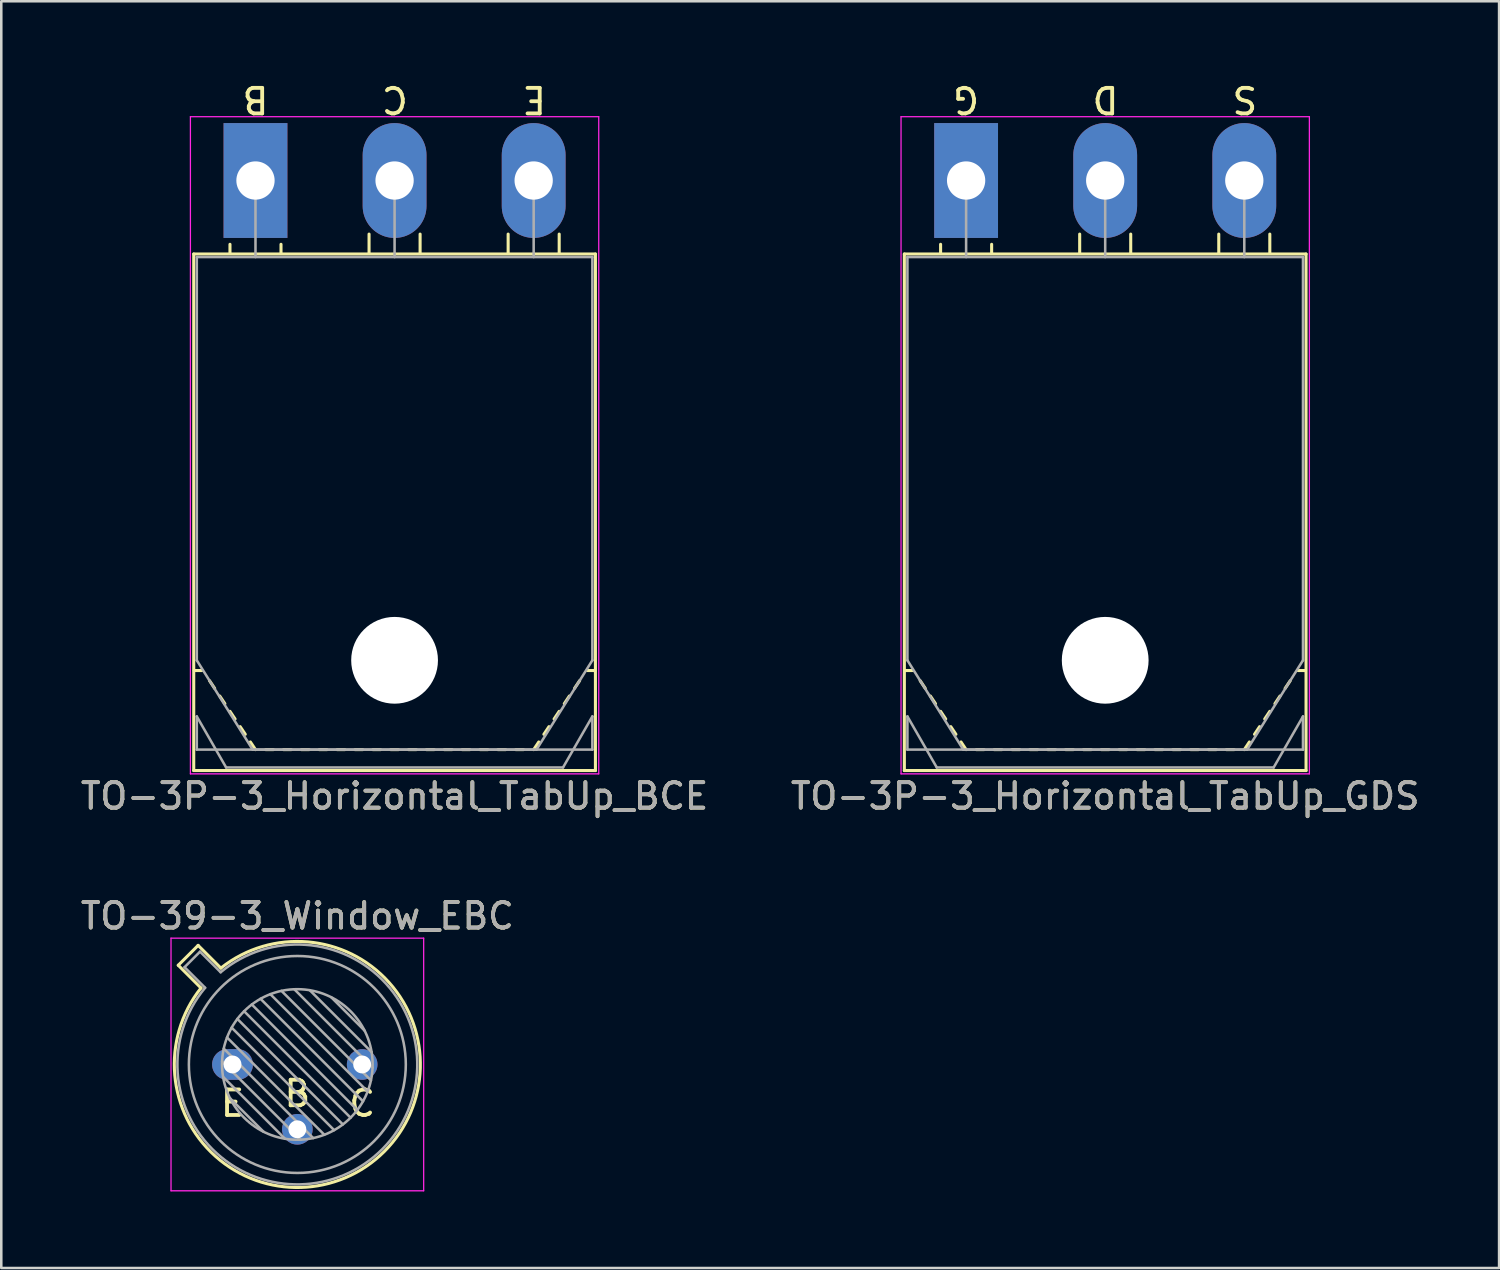
<source format=kicad_pcb>
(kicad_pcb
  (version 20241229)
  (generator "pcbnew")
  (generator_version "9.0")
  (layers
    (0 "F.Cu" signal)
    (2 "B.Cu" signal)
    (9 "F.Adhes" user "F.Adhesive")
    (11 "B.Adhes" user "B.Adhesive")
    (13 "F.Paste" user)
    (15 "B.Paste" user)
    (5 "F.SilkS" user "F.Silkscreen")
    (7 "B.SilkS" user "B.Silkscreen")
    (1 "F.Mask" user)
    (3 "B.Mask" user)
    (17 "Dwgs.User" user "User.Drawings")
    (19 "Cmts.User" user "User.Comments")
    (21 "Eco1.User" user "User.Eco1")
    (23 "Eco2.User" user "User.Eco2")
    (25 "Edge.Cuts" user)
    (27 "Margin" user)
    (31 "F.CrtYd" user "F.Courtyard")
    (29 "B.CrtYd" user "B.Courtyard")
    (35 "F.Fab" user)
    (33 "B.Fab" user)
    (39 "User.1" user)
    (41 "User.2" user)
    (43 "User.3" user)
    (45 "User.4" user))
  (footprint "TO-3P-3_Horizontal_TabUp_GDS"
    (layer "F.Cu")
    (at 34.806 4.023)
    (property "Reference" "TO-3P-3_Horizontal_TabUp_GDS" (at 5.45 24.12 0) (layer "F.SilkS") (effects (font (size 1 1) (thickness 0.15))))
    (fp_line (start -2.42 23.12) (end -2.42 2.88) (stroke (width 0.12) (type solid)) (layer "F.SilkS"))
    (fp_line (start -2.1 19.2) (end -2.4 19.2) (stroke (width 0.12) (type solid)) (layer "F.SilkS"))
    (fp_line (start -1.8 19.6) (end -1.6 19.9) (stroke (width 0.12) (type solid)) (layer "F.SilkS"))
    (fp_line (start -1.4 20.2) (end -1.2 20.5) (stroke (width 0.12) (type solid)) (layer "F.SilkS"))
    (fp_line (start -1 2.85) (end -1 2.5) (stroke (width 0.12) (type solid)) (layer "F.SilkS"))
    (fp_line (start -1 20.8) (end -0.8 21.1) (stroke (width 0.12) (type solid)) (layer "F.SilkS"))
    (fp_line (start -0.6 21.4) (end -0.4 21.7) (stroke (width 0.12) (type solid)) (layer "F.SilkS"))
    (fp_line (start -0.2 22) (end 0 22.3) (stroke (width 0.12) (type solid)) (layer "F.SilkS"))
    (fp_line (start 0.7 22.3) (end 0.4 22.3) (stroke (width 0.12) (type solid)) (layer "F.SilkS"))
    (fp_line (start 1 2.85) (end 1 2.5) (stroke (width 0.12) (type solid)) (layer "F.SilkS"))
    (fp_line (start 1.4 22.3) (end 1.1 22.3) (stroke (width 0.12) (type solid)) (layer "F.SilkS"))
    (fp_line (start 2.1 22.3) (end 1.8 22.3) (stroke (width 0.12) (type solid)) (layer "F.SilkS"))
    (fp_line (start 2.8 22.3) (end 2.5 22.3) (stroke (width 0.12) (type solid)) (layer "F.SilkS"))
    (fp_line (start 3.5 22.3) (end 3.2 22.3) (stroke (width 0.12) (type solid)) (layer "F.SilkS"))
    (fp_line (start 4.2 22.3) (end 3.9 22.3) (stroke (width 0.12) (type solid)) (layer "F.SilkS"))
    (fp_line (start 4.45 2.85) (end 4.45 2.1) (stroke (width 0.12) (type solid)) (layer "F.SilkS"))
    (fp_line (start 4.9 22.3) (end 4.6 22.3) (stroke (width 0.12) (type solid)) (layer "F.SilkS"))
    (fp_line (start 5.6 22.3) (end 5.3 22.3) (stroke (width 0.12) (type solid)) (layer "F.SilkS"))
    (fp_line (start 6.3 22.3) (end 6 22.3) (stroke (width 0.12) (type solid)) (layer "F.SilkS"))
    (fp_line (start 6.45 2.85) (end 6.45 2.1) (stroke (width 0.12) (type solid)) (layer "F.SilkS"))
    (fp_line (start 7 22.3) (end 6.7 22.3) (stroke (width 0.12) (type solid)) (layer "F.SilkS"))
    (fp_line (start 7.7 22.3) (end 7.4 22.3) (stroke (width 0.12) (type solid)) (layer "F.SilkS"))
    (fp_line (start 8.4 22.3) (end 8.1 22.3) (stroke (width 0.12) (type solid)) (layer "F.SilkS"))
    (fp_line (start 9.1 22.3) (end 8.8 22.3) (stroke (width 0.12) (type solid)) (layer "F.SilkS"))
    (fp_line (start 9.8 22.3) (end 9.5 22.3) (stroke (width 0.12) (type solid)) (layer "F.SilkS"))
    (fp_line (start 9.9 2.85) (end 9.9 2.1) (stroke (width 0.12) (type solid)) (layer "F.SilkS"))
    (fp_line (start 10.5 22.3) (end 10.2 22.3) (stroke (width 0.12) (type solid)) (layer "F.SilkS"))
    (fp_line (start 11.1 22) (end 10.9 22.3) (stroke (width 0.12) (type solid)) (layer "F.SilkS"))
    (fp_line (start 11.5 21.4) (end 11.3 21.7) (stroke (width 0.12) (type solid)) (layer "F.SilkS"))
    (fp_line (start 11.9 2.85) (end 11.9 2.1) (stroke (width 0.12) (type solid)) (layer "F.SilkS"))
    (fp_line (start 11.9 20.8) (end 11.7 21.1) (stroke (width 0.12) (type solid)) (layer "F.SilkS"))
    (fp_line (start 12.3 20.2) (end 12.1 20.5) (stroke (width 0.12) (type solid)) (layer "F.SilkS"))
    (fp_line (start 12.7 19.6) (end 12.5 19.9) (stroke (width 0.12) (type solid)) (layer "F.SilkS"))
    (fp_line (start 13 19.2) (end 13.3 19.2) (stroke (width 0.12) (type solid)) (layer "F.SilkS"))
    (fp_line (start 13.32 2.88) (end -2.42 2.88) (stroke (width 0.12) (type solid)) (layer "F.SilkS"))
    (fp_line (start 13.32 23.12) (end -2.42 23.12) (stroke (width 0.12) (type solid)) (layer "F.SilkS"))
    (fp_line (start 13.32 23.12) (end 13.32 2.88) (stroke (width 0.12) (type solid)) (layer "F.SilkS"))
    (fp_line (start -2.55 -2.5) (end -2.55 23.25) (stroke (width 0.05) (type solid)) (layer "F.CrtYd"))
    (fp_line (start -2.55 23.25) (end 13.45 23.25) (stroke (width 0.05) (type solid)) (layer "F.CrtYd"))
    (fp_line (start 13.45 -2.5) (end -2.55 -2.5) (stroke (width 0.05) (type solid)) (layer "F.CrtYd"))
    (fp_line (start 13.45 23.25) (end 13.45 -2.5) (stroke (width 0.05) (type solid)) (layer "F.CrtYd"))
    (fp_line (start -2.3 3) (end -2.3 18.8) (stroke (width 0.1) (type solid)) (layer "F.Fab"))
    (fp_line (start -2.3 18.8) (end -0.11 22.3) (stroke (width 0.1) (type solid)) (layer "F.Fab"))
    (fp_line (start -2.3 21) (end -1.15 23) (stroke (width 0.1) (type solid)) (layer "F.Fab"))
    (fp_line (start -2.3 22.3) (end -2.3 21) (stroke (width 0.1) (type solid)) (layer "F.Fab"))
    (fp_line (start -1.15 23) (end 12.05 23) (stroke (width 0.1) (type solid)) (layer "F.Fab"))
    (fp_line (start -0.11 22.3) (end 11.01 22.3) (stroke (width 0.1) (type solid)) (layer "F.Fab"))
    (fp_line (start 0 3) (end 0 0) (stroke (width 0.1) (type solid)) (layer "F.Fab"))
    (fp_line (start 5.45 3) (end 5.45 0) (stroke (width 0.1) (type solid)) (layer "F.Fab"))
    (fp_line (start 10.9 3) (end 10.9 0) (stroke (width 0.1) (type solid)) (layer "F.Fab"))
    (fp_line (start 11.01 22.3) (end 13.2 18.8) (stroke (width 0.1) (type solid)) (layer "F.Fab"))
    (fp_line (start 12.05 23) (end 13.2 21) (stroke (width 0.1) (type solid)) (layer "F.Fab"))
    (fp_line (start 13.2 3) (end -2.3 3) (stroke (width 0.1) (type solid)) (layer "F.Fab"))
    (fp_line (start 13.2 18.8) (end 13.2 3) (stroke (width 0.1) (type solid)) (layer "F.Fab"))
    (fp_line (start 13.2 21) (end 13.2 22.3) (stroke (width 0.1) (type solid)) (layer "F.Fab"))
    (fp_line (start 13.2 22.3) (end -2.3 22.3) (stroke (width 0.1) (type solid)) (layer "F.Fab"))
    (fp_circle (center 5.45 18.8) (end 7.05 18.8) (stroke (width 0.1) (type solid)) (fill no) (layer "F.Fab"))
    (fp_text user "D" (at 5.461 -3.175 180) (unlocked yes) (layer "F.SilkS") (effects (font (size 1 1) (thickness 0.15))))
    (fp_text user "S" (at 10.922 -3.175 180) (unlocked yes) (layer "F.SilkS") (effects (font (size 1 1) (thickness 0.15))))
    (fp_text user "G" (at 0 -3.175 180) (unlocked yes) (layer "F.SilkS") (effects (font (size 1 1) (thickness 0.15))))
    (fp_text user "${REFERENCE}" (at 5.45 24.12 0) (layer "F.Fab") (effects (font (size 1 1) (thickness 0.15))))
    (pad "" np_thru_hole oval (at 5.45 18.8) (size 3.4 3.4) (drill 3.4) (layers "*.Cu" "*.Mask"))
    (pad "1" thru_hole rect (at 0 0) (size 2.5 4.5) (drill 1.5) (layers "*.Cu" "*.Mask"))
    (pad "2" thru_hole oval (at 5.45 0) (size 2.5 4.5) (drill 1.5) (layers "*.Cu" "*.Mask"))
    (pad "3" thru_hole oval (at 10.9 0) (size 2.5 4.5) (drill 1.5) (layers "*.Cu" "*.Mask")))
  (footprint "TO-3P-3_Horizontal_TabUp_BCE"
    (layer "F.Cu")
    (at 6.961 4.023)
    (property "Reference" "TO-3P-3_Horizontal_TabUp_BCE" (at 5.45 24.12 0) (layer "F.SilkS") (effects (font (size 1 1) (thickness 0.15))))
    (fp_line (start -2.42 23.12) (end -2.42 2.88) (stroke (width 0.12) (type solid)) (layer "F.SilkS"))
    (fp_line (start -2.1 19.2) (end -2.4 19.2) (stroke (width 0.12) (type solid)) (layer "F.SilkS"))
    (fp_line (start -1.8 19.6) (end -1.6 19.9) (stroke (width 0.12) (type solid)) (layer "F.SilkS"))
    (fp_line (start -1.4 20.2) (end -1.2 20.5) (stroke (width 0.12) (type solid)) (layer "F.SilkS"))
    (fp_line (start -1 2.85) (end -1 2.5) (stroke (width 0.12) (type solid)) (layer "F.SilkS"))
    (fp_line (start -1 20.8) (end -0.8 21.1) (stroke (width 0.12) (type solid)) (layer "F.SilkS"))
    (fp_line (start -0.6 21.4) (end -0.4 21.7) (stroke (width 0.12) (type solid)) (layer "F.SilkS"))
    (fp_line (start -0.2 22) (end 0 22.3) (stroke (width 0.12) (type solid)) (layer "F.SilkS"))
    (fp_line (start 0.7 22.3) (end 0.4 22.3) (stroke (width 0.12) (type solid)) (layer "F.SilkS"))
    (fp_line (start 1 2.85) (end 1 2.5) (stroke (width 0.12) (type solid)) (layer "F.SilkS"))
    (fp_line (start 1.4 22.3) (end 1.1 22.3) (stroke (width 0.12) (type solid)) (layer "F.SilkS"))
    (fp_line (start 2.1 22.3) (end 1.8 22.3) (stroke (width 0.12) (type solid)) (layer "F.SilkS"))
    (fp_line (start 2.8 22.3) (end 2.5 22.3) (stroke (width 0.12) (type solid)) (layer "F.SilkS"))
    (fp_line (start 3.5 22.3) (end 3.2 22.3) (stroke (width 0.12) (type solid)) (layer "F.SilkS"))
    (fp_line (start 4.2 22.3) (end 3.9 22.3) (stroke (width 0.12) (type solid)) (layer "F.SilkS"))
    (fp_line (start 4.45 2.85) (end 4.45 2.1) (stroke (width 0.12) (type solid)) (layer "F.SilkS"))
    (fp_line (start 4.9 22.3) (end 4.6 22.3) (stroke (width 0.12) (type solid)) (layer "F.SilkS"))
    (fp_line (start 5.6 22.3) (end 5.3 22.3) (stroke (width 0.12) (type solid)) (layer "F.SilkS"))
    (fp_line (start 6.3 22.3) (end 6 22.3) (stroke (width 0.12) (type solid)) (layer "F.SilkS"))
    (fp_line (start 6.45 2.85) (end 6.45 2.1) (stroke (width 0.12) (type solid)) (layer "F.SilkS"))
    (fp_line (start 7 22.3) (end 6.7 22.3) (stroke (width 0.12) (type solid)) (layer "F.SilkS"))
    (fp_line (start 7.7 22.3) (end 7.4 22.3) (stroke (width 0.12) (type solid)) (layer "F.SilkS"))
    (fp_line (start 8.4 22.3) (end 8.1 22.3) (stroke (width 0.12) (type solid)) (layer "F.SilkS"))
    (fp_line (start 9.1 22.3) (end 8.8 22.3) (stroke (width 0.12) (type solid)) (layer "F.SilkS"))
    (fp_line (start 9.8 22.3) (end 9.5 22.3) (stroke (width 0.12) (type solid)) (layer "F.SilkS"))
    (fp_line (start 9.9 2.85) (end 9.9 2.1) (stroke (width 0.12) (type solid)) (layer "F.SilkS"))
    (fp_line (start 10.5 22.3) (end 10.2 22.3) (stroke (width 0.12) (type solid)) (layer "F.SilkS"))
    (fp_line (start 11.1 22) (end 10.9 22.3) (stroke (width 0.12) (type solid)) (layer "F.SilkS"))
    (fp_line (start 11.5 21.4) (end 11.3 21.7) (stroke (width 0.12) (type solid)) (layer "F.SilkS"))
    (fp_line (start 11.9 2.85) (end 11.9 2.1) (stroke (width 0.12) (type solid)) (layer "F.SilkS"))
    (fp_line (start 11.9 20.8) (end 11.7 21.1) (stroke (width 0.12) (type solid)) (layer "F.SilkS"))
    (fp_line (start 12.3 20.2) (end 12.1 20.5) (stroke (width 0.12) (type solid)) (layer "F.SilkS"))
    (fp_line (start 12.7 19.6) (end 12.5 19.9) (stroke (width 0.12) (type solid)) (layer "F.SilkS"))
    (fp_line (start 13 19.2) (end 13.3 19.2) (stroke (width 0.12) (type solid)) (layer "F.SilkS"))
    (fp_line (start 13.32 2.88) (end -2.42 2.88) (stroke (width 0.12) (type solid)) (layer "F.SilkS"))
    (fp_line (start 13.32 23.12) (end -2.42 23.12) (stroke (width 0.12) (type solid)) (layer "F.SilkS"))
    (fp_line (start 13.32 23.12) (end 13.32 2.88) (stroke (width 0.12) (type solid)) (layer "F.SilkS"))
    (fp_line (start -2.55 -2.5) (end -2.55 23.25) (stroke (width 0.05) (type solid)) (layer "F.CrtYd"))
    (fp_line (start -2.55 23.25) (end 13.45 23.25) (stroke (width 0.05) (type solid)) (layer "F.CrtYd"))
    (fp_line (start 13.45 -2.5) (end -2.55 -2.5) (stroke (width 0.05) (type solid)) (layer "F.CrtYd"))
    (fp_line (start 13.45 23.25) (end 13.45 -2.5) (stroke (width 0.05) (type solid)) (layer "F.CrtYd"))
    (fp_line (start -2.3 3) (end -2.3 18.8) (stroke (width 0.1) (type solid)) (layer "F.Fab"))
    (fp_line (start -2.3 18.8) (end -0.11 22.3) (stroke (width 0.1) (type solid)) (layer "F.Fab"))
    (fp_line (start -2.3 21) (end -1.15 23) (stroke (width 0.1) (type solid)) (layer "F.Fab"))
    (fp_line (start -2.3 22.3) (end -2.3 21) (stroke (width 0.1) (type solid)) (layer "F.Fab"))
    (fp_line (start -1.15 23) (end 12.05 23) (stroke (width 0.1) (type solid)) (layer "F.Fab"))
    (fp_line (start -0.11 22.3) (end 11.01 22.3) (stroke (width 0.1) (type solid)) (layer "F.Fab"))
    (fp_line (start 0 3) (end 0 0) (stroke (width 0.1) (type solid)) (layer "F.Fab"))
    (fp_line (start 5.45 3) (end 5.45 0) (stroke (width 0.1) (type solid)) (layer "F.Fab"))
    (fp_line (start 10.9 3) (end 10.9 0) (stroke (width 0.1) (type solid)) (layer "F.Fab"))
    (fp_line (start 11.01 22.3) (end 13.2 18.8) (stroke (width 0.1) (type solid)) (layer "F.Fab"))
    (fp_line (start 12.05 23) (end 13.2 21) (stroke (width 0.1) (type solid)) (layer "F.Fab"))
    (fp_line (start 13.2 3) (end -2.3 3) (stroke (width 0.1) (type solid)) (layer "F.Fab"))
    (fp_line (start 13.2 18.8) (end 13.2 3) (stroke (width 0.1) (type solid)) (layer "F.Fab"))
    (fp_line (start 13.2 21) (end 13.2 22.3) (stroke (width 0.1) (type solid)) (layer "F.Fab"))
    (fp_line (start 13.2 22.3) (end -2.3 22.3) (stroke (width 0.1) (type solid)) (layer "F.Fab"))
    (fp_circle (center 5.45 18.8) (end 7.05 18.8) (stroke (width 0.1) (type solid)) (fill no) (layer "F.Fab"))
    (fp_text user "E" (at 10.922 -3.175 180) (unlocked yes) (layer "F.SilkS") (effects (font (size 1 1) (thickness 0.15))))
    (fp_text user "C" (at 5.461 -3.175 180) (unlocked yes) (layer "F.SilkS") (effects (font (size 1 1) (thickness 0.15))))
    (fp_text user "B" (at 0 -3.175 180) (unlocked yes) (layer "F.SilkS") (effects (font (size 1 1) (thickness 0.15))))
    (fp_text user "${REFERENCE}" (at 5.45 24.12 0) (layer "F.Fab") (effects (font (size 1 1) (thickness 0.15))))
    (pad "" np_thru_hole oval (at 5.45 18.8) (size 3.4 3.4) (drill 3.4) (layers "*.Cu" "*.Mask"))
    (pad "1" thru_hole rect (at 0 0) (size 2.5 4.5) (drill 1.5) (layers "*.Cu" "*.Mask"))
    (pad "2" thru_hole oval (at 5.45 0) (size 2.5 4.5) (drill 1.5) (layers "*.Cu" "*.Mask"))
    (pad "3" thru_hole oval (at 10.9 0) (size 2.5 4.5) (drill 1.5) (layers "*.Cu" "*.Mask")))
  (footprint "TO-39-3_Window_EBC"
    (layer "F.Cu")
    (at 6.061 38.66)
    (property "Reference" "TO-39-3_Window_EBC" (at 2.54 -5.82 0) (layer "F.SilkS") (effects (font (size 1 1) (thickness 0.15))))
    (fp_line (start -2.126 -3.888) (end -1.235 -2.997) (stroke (width 0.12) (type solid)) (layer "F.SilkS"))
    (fp_line (start -1.348 -4.666) (end -2.126 -3.888) (stroke (width 0.12) (type solid)) (layer "F.SilkS"))
    (fp_line (start -0.457 -3.775) (end -1.348 -4.666) (stroke (width 0.12) (type solid)) (layer "F.SilkS"))
    (fp_arc (start -0.457084 -3.774902) (mid 5.948125 3.408384) (end -1.234674 -2.997371) (stroke (width 0.12) (type solid)) (layer "F.SilkS"))
    (fp_line (start -2.41 -4.95) (end -2.41 4.95) (stroke (width 0.05) (type solid)) (layer "F.CrtYd"))
    (fp_line (start -2.41 4.95) (end 7.49 4.95) (stroke (width 0.05) (type solid)) (layer "F.CrtYd"))
    (fp_line (start 7.49 -4.95) (end -2.41 -4.95) (stroke (width 0.05) (type solid)) (layer "F.CrtYd"))
    (fp_line (start 7.49 4.95) (end 7.49 -4.95) (stroke (width 0.05) (type solid)) (layer "F.CrtYd"))
    (fp_line (start -1.88 -3.812) (end -1.074 -3.005) (stroke (width 0.1) (type solid)) (layer "F.Fab"))
    (fp_line (start -1.272 -4.42) (end -1.88 -3.812) (stroke (width 0.1) (type solid)) (layer "F.Fab"))
    (fp_line (start -0.465 -3.614) (end -1.272 -4.42) (stroke (width 0.1) (type solid)) (layer "F.Fab"))
    (fp_line (start -0.408 -0.12) (end 2.66 2.948) (stroke (width 0.1) (type solid)) (layer "F.Fab"))
    (fp_line (start -0.371 0.485) (end 2.055 2.911) (stroke (width 0.1) (type solid)) (layer "F.Fab"))
    (fp_line (start -0.344 -0.622) (end 3.162 2.884) (stroke (width 0.1) (type solid)) (layer "F.Fab"))
    (fp_line (start -0.215 -1.058) (end 3.598 2.755) (stroke (width 0.1) (type solid)) (layer "F.Fab"))
    (fp_line (start -0.097 1.324) (end 1.216 2.637) (stroke (width 0.1) (type solid)) (layer "F.Fab"))
    (fp_line (start -0.034 -1.443) (end 3.983 2.574) (stroke (width 0.1) (type solid)) (layer "F.Fab"))
    (fp_line (start 0.19 -1.784) (end 4.324 2.35) (stroke (width 0.1) (type solid)) (layer "F.Fab"))
    (fp_line (start 0.454 -2.086) (end 4.626 2.086) (stroke (width 0.1) (type solid)) (layer "F.Fab"))
    (fp_line (start 0.756 -2.35) (end 4.89 1.784) (stroke (width 0.1) (type solid)) (layer "F.Fab"))
    (fp_line (start 1.097 -2.574) (end 5.114 1.443) (stroke (width 0.1) (type solid)) (layer "F.Fab"))
    (fp_line (start 1.482 -2.755) (end 5.295 1.058) (stroke (width 0.1) (type solid)) (layer "F.Fab"))
    (fp_line (start 1.918 -2.884) (end 5.424 0.622) (stroke (width 0.1) (type solid)) (layer "F.Fab"))
    (fp_line (start 2.42 -2.948) (end 5.488 0.12) (stroke (width 0.1) (type solid)) (layer "F.Fab"))
    (fp_line (start 3.025 -2.911) (end 5.451 -0.485) (stroke (width 0.1) (type solid)) (layer "F.Fab"))
    (fp_line (start 3.864 -2.637) (end 5.177 -1.324) (stroke (width 0.1) (type solid)) (layer "F.Fab"))
    (fp_arc (start -0.465408 -3.61352) (mid 5.863443 3.323361) (end -1.073594 -3.005319) (stroke (width 0.1) (type solid)) (layer "F.Fab"))
    (fp_circle (center 2.54 0) (end 5.49 0) (stroke (width 0.1) (type solid)) (fill no) (layer "F.Fab"))
    (fp_circle (center 2.54 0) (end 6.79 0) (stroke (width 0.1) (type solid)) (fill no) (layer "F.Fab"))
    (fp_text user "B" (at 2.54 1.143 0) (unlocked yes) (layer "F.SilkS") (effects (font (size 1 1) (thickness 0.15))))
    (fp_text user "E" (at 0 1.524 0) (unlocked yes) (layer "F.SilkS") (effects (font (size 1 1) (thickness 0.15))))
    (fp_text user "C" (at 5.08 1.524 0) (unlocked yes) (layer "F.SilkS") (effects (font (size 1 1) (thickness 0.15))))
    (fp_text user "${REFERENCE}" (at 2.54 -5.82 0) (layer "F.Fab") (effects (font (size 1 1) (thickness 0.15))))
    (pad "1" thru_hole oval (at 0 0) (size 1.6 1.2) (drill 0.7) (layers "*.Cu" "*.Mask"))
    (pad "2" thru_hole oval (at 2.54 2.54) (size 1.2 1.2) (drill 0.7) (layers "*.Cu" "*.Mask"))
    (pad "3" thru_hole oval (at 5.08 0) (size 1.2 1.2) (drill 0.7) (layers "*.Cu" "*.Mask")))
  (gr_rect
    (start -3 -3)
    (end 55.69 46.635)
    (stroke (width 0.1) (type default))
    (fill no)
    (layer "Edge.Cuts")))
</source>
